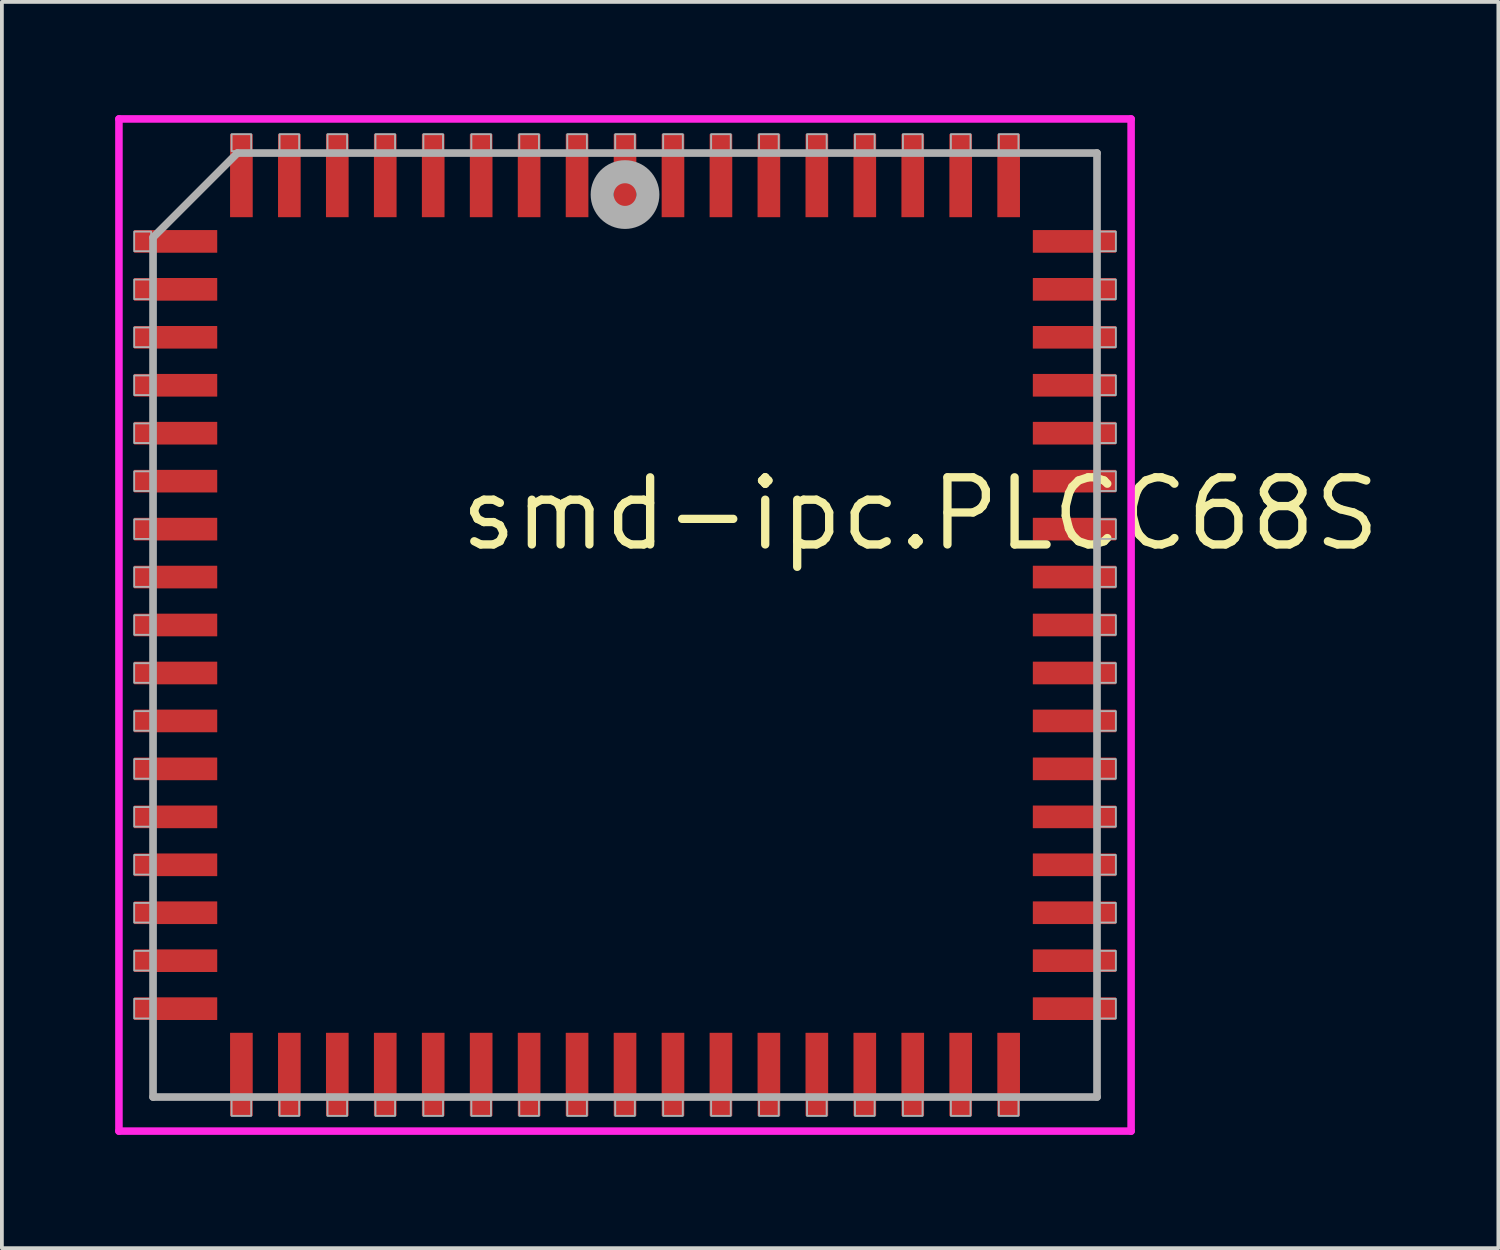
<source format=kicad_pcb>
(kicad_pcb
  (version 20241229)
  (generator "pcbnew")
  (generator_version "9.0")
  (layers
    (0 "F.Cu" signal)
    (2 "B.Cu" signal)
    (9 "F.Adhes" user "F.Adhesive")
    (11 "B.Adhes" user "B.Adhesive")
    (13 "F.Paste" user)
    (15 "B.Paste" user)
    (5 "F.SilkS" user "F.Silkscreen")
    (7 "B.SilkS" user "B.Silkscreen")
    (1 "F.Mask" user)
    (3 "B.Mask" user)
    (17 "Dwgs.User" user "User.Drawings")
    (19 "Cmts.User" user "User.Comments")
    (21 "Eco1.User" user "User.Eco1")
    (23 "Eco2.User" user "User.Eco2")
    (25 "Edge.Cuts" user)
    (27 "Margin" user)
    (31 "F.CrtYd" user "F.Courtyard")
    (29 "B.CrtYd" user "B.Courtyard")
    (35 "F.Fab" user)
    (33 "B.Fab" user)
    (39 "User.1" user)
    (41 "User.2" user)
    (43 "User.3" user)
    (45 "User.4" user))
  (footprint "smd-ipc.PLCC68S"
    (layer "F.Cu")
    (at 13.503 13.503)
    (property "Reference" "smd-ipc.PLCC68S" (at -4.475 -1.905 0) (layer "F.SilkS") (effects (font (size 1.778 1.778) (thickness 0.22)) (justify left bottom)))
    (attr smd)
    (fp_line (start -13.403 -13.403) (end 13.403 -13.403) (stroke (width 0.2) (type default)) (layer "F.CrtYd"))
    (fp_line (start -13.403 13.403) (end -13.403 -13.403) (stroke (width 0.2) (type default)) (layer "F.CrtYd"))
    (fp_line (start 13.403 -13.403) (end 13.403 13.403) (stroke (width 0.2) (type default)) (layer "F.CrtYd"))
    (fp_line (start 13.403 13.403) (end -13.403 13.403) (stroke (width 0.2) (type default)) (layer "F.CrtYd"))
    (fp_line (start -12.5 -10.265) (end -12.5 12.5) (stroke (width 0.203) (type default)) (layer "F.Fab"))
    (fp_line (start -12.5 12.5) (end 12.5 12.5) (stroke (width 0.203) (type default)) (layer "F.Fab"))
    (fp_line (start -10.265 -12.5) (end -12.5 -10.265) (stroke (width 0.203) (type default)) (layer "F.Fab"))
    (fp_line (start 12.5 -12.5) (end -10.265 -12.5) (stroke (width 0.203) (type default)) (layer "F.Fab"))
    (fp_line (start 12.5 12.5) (end 12.5 -12.5) (stroke (width 0.203) (type default)) (layer "F.Fab"))
    (fp_rect (start -13 -9.9) (end -12.55 -10.42) (stroke (width 0.05) (type default)) (fill no) (layer "F.Fab"))
    (fp_rect (start -13 -8.63) (end -12.55 -9.15) (stroke (width 0.05) (type default)) (fill no) (layer "F.Fab"))
    (fp_rect (start -13 -7.36) (end -12.55 -7.88) (stroke (width 0.05) (type default)) (fill no) (layer "F.Fab"))
    (fp_rect (start -13 -6.09) (end -12.55 -6.61) (stroke (width 0.05) (type default)) (fill no) (layer "F.Fab"))
    (fp_rect (start -13 -4.82) (end -12.55 -5.34) (stroke (width 0.05) (type default)) (fill no) (layer "F.Fab"))
    (fp_rect (start -13 -3.55) (end -12.55 -4.07) (stroke (width 0.05) (type default)) (fill no) (layer "F.Fab"))
    (fp_rect (start -13 -2.28) (end -12.55 -2.8) (stroke (width 0.05) (type default)) (fill no) (layer "F.Fab"))
    (fp_rect (start -13 -1.01) (end -12.55 -1.53) (stroke (width 0.05) (type default)) (fill no) (layer "F.Fab"))
    (fp_rect (start -13 0.26) (end -12.55 -0.26) (stroke (width 0.05) (type default)) (fill no) (layer "F.Fab"))
    (fp_rect (start -13 1.53) (end -12.55 1.01) (stroke (width 0.05) (type default)) (fill no) (layer "F.Fab"))
    (fp_rect (start -13 2.8) (end -12.55 2.28) (stroke (width 0.05) (type default)) (fill no) (layer "F.Fab"))
    (fp_rect (start -13 4.07) (end -12.55 3.55) (stroke (width 0.05) (type default)) (fill no) (layer "F.Fab"))
    (fp_rect (start -13 5.34) (end -12.55 4.82) (stroke (width 0.05) (type default)) (fill no) (layer "F.Fab"))
    (fp_rect (start -13 6.61) (end -12.55 6.09) (stroke (width 0.05) (type default)) (fill no) (layer "F.Fab"))
    (fp_rect (start -13 7.88) (end -12.55 7.36) (stroke (width 0.05) (type default)) (fill no) (layer "F.Fab"))
    (fp_rect (start -13 9.15) (end -12.55 8.63) (stroke (width 0.05) (type default)) (fill no) (layer "F.Fab"))
    (fp_rect (start -13 10.42) (end -12.55 9.9) (stroke (width 0.05) (type default)) (fill no) (layer "F.Fab"))
    (fp_rect (start -10.42 -12.55) (end -9.9 -13) (stroke (width 0.05) (type default)) (fill no) (layer "F.Fab"))
    (fp_rect (start -10.42 13) (end -9.9 12.55) (stroke (width 0.05) (type default)) (fill no) (layer "F.Fab"))
    (fp_rect (start -9.15 -12.55) (end -8.63 -13) (stroke (width 0.05) (type default)) (fill no) (layer "F.Fab"))
    (fp_rect (start -9.15 13) (end -8.63 12.55) (stroke (width 0.05) (type default)) (fill no) (layer "F.Fab"))
    (fp_rect (start -7.88 -12.55) (end -7.36 -13) (stroke (width 0.05) (type default)) (fill no) (layer "F.Fab"))
    (fp_rect (start -7.88 13) (end -7.36 12.55) (stroke (width 0.05) (type default)) (fill no) (layer "F.Fab"))
    (fp_rect (start -6.61 -12.55) (end -6.09 -13) (stroke (width 0.05) (type default)) (fill no) (layer "F.Fab"))
    (fp_rect (start -6.61 13) (end -6.09 12.55) (stroke (width 0.05) (type default)) (fill no) (layer "F.Fab"))
    (fp_rect (start -5.34 -12.55) (end -4.82 -13) (stroke (width 0.05) (type default)) (fill no) (layer "F.Fab"))
    (fp_rect (start -5.34 13) (end -4.82 12.55) (stroke (width 0.05) (type default)) (fill no) (layer "F.Fab"))
    (fp_rect (start -4.07 -12.55) (end -3.55 -13) (stroke (width 0.05) (type default)) (fill no) (layer "F.Fab"))
    (fp_rect (start -4.07 13) (end -3.55 12.55) (stroke (width 0.05) (type default)) (fill no) (layer "F.Fab"))
    (fp_rect (start -2.8 -12.55) (end -2.28 -13) (stroke (width 0.05) (type default)) (fill no) (layer "F.Fab"))
    (fp_rect (start -2.8 13) (end -2.28 12.55) (stroke (width 0.05) (type default)) (fill no) (layer "F.Fab"))
    (fp_rect (start -1.53 -12.55) (end -1.01 -13) (stroke (width 0.05) (type default)) (fill no) (layer "F.Fab"))
    (fp_rect (start -1.53 13) (end -1.01 12.55) (stroke (width 0.05) (type default)) (fill no) (layer "F.Fab"))
    (fp_rect (start -0.26 -12.55) (end 0.26 -13) (stroke (width 0.05) (type default)) (fill no) (layer "F.Fab"))
    (fp_rect (start -0.26 13) (end 0.26 12.55) (stroke (width 0.05) (type default)) (fill no) (layer "F.Fab"))
    (fp_rect (start 1.01 -12.55) (end 1.53 -13) (stroke (width 0.05) (type default)) (fill no) (layer "F.Fab"))
    (fp_rect (start 1.01 13) (end 1.53 12.55) (stroke (width 0.05) (type default)) (fill no) (layer "F.Fab"))
    (fp_rect (start 2.28 -12.55) (end 2.8 -13) (stroke (width 0.05) (type default)) (fill no) (layer "F.Fab"))
    (fp_rect (start 2.28 13) (end 2.8 12.55) (stroke (width 0.05) (type default)) (fill no) (layer "F.Fab"))
    (fp_rect (start 3.55 -12.55) (end 4.07 -13) (stroke (width 0.05) (type default)) (fill no) (layer "F.Fab"))
    (fp_rect (start 3.55 13) (end 4.07 12.55) (stroke (width 0.05) (type default)) (fill no) (layer "F.Fab"))
    (fp_rect (start 4.82 -12.55) (end 5.34 -13) (stroke (width 0.05) (type default)) (fill no) (layer "F.Fab"))
    (fp_rect (start 4.82 13) (end 5.34 12.55) (stroke (width 0.05) (type default)) (fill no) (layer "F.Fab"))
    (fp_rect (start 6.09 -12.55) (end 6.61 -13) (stroke (width 0.05) (type default)) (fill no) (layer "F.Fab"))
    (fp_rect (start 6.09 13) (end 6.61 12.55) (stroke (width 0.05) (type default)) (fill no) (layer "F.Fab"))
    (fp_rect (start 7.36 -12.55) (end 7.88 -13) (stroke (width 0.05) (type default)) (fill no) (layer "F.Fab"))
    (fp_rect (start 7.36 13) (end 7.88 12.55) (stroke (width 0.05) (type default)) (fill no) (layer "F.Fab"))
    (fp_rect (start 8.63 -12.55) (end 9.15 -13) (stroke (width 0.05) (type default)) (fill no) (layer "F.Fab"))
    (fp_rect (start 8.63 13) (end 9.15 12.55) (stroke (width 0.05) (type default)) (fill no) (layer "F.Fab"))
    (fp_rect (start 9.9 -12.55) (end 10.42 -13) (stroke (width 0.05) (type default)) (fill no) (layer "F.Fab"))
    (fp_rect (start 9.9 13) (end 10.42 12.55) (stroke (width 0.05) (type default)) (fill no) (layer "F.Fab"))
    (fp_rect (start 12.55 -9.9) (end 13 -10.42) (stroke (width 0.05) (type default)) (fill no) (layer "F.Fab"))
    (fp_rect (start 12.55 -8.63) (end 13 -9.15) (stroke (width 0.05) (type default)) (fill no) (layer "F.Fab"))
    (fp_rect (start 12.55 -7.36) (end 13 -7.88) (stroke (width 0.05) (type default)) (fill no) (layer "F.Fab"))
    (fp_rect (start 12.55 -6.09) (end 13 -6.61) (stroke (width 0.05) (type default)) (fill no) (layer "F.Fab"))
    (fp_rect (start 12.55 -4.82) (end 13 -5.34) (stroke (width 0.05) (type default)) (fill no) (layer "F.Fab"))
    (fp_rect (start 12.55 -3.55) (end 13 -4.07) (stroke (width 0.05) (type default)) (fill no) (layer "F.Fab"))
    (fp_rect (start 12.55 -2.28) (end 13 -2.8) (stroke (width 0.05) (type default)) (fill no) (layer "F.Fab"))
    (fp_rect (start 12.55 -1.01) (end 13 -1.53) (stroke (width 0.05) (type default)) (fill no) (layer "F.Fab"))
    (fp_rect (start 12.55 0.26) (end 13 -0.26) (stroke (width 0.05) (type default)) (fill no) (layer "F.Fab"))
    (fp_rect (start 12.55 1.53) (end 13 1.01) (stroke (width 0.05) (type default)) (fill no) (layer "F.Fab"))
    (fp_rect (start 12.55 2.8) (end 13 2.28) (stroke (width 0.05) (type default)) (fill no) (layer "F.Fab"))
    (fp_rect (start 12.55 4.07) (end 13 3.55) (stroke (width 0.05) (type default)) (fill no) (layer "F.Fab"))
    (fp_rect (start 12.55 5.34) (end 13 4.82) (stroke (width 0.05) (type default)) (fill no) (layer "F.Fab"))
    (fp_rect (start 12.55 6.61) (end 13 6.09) (stroke (width 0.05) (type default)) (fill no) (layer "F.Fab"))
    (fp_rect (start 12.55 7.88) (end 13 7.36) (stroke (width 0.05) (type default)) (fill no) (layer "F.Fab"))
    (fp_rect (start 12.55 9.15) (end 13 8.63) (stroke (width 0.05) (type default)) (fill no) (layer "F.Fab"))
    (fp_rect (start 12.55 10.42) (end 13 9.9) (stroke (width 0.05) (type default)) (fill no) (layer "F.Fab"))
    (fp_circle (center 0 -11.4) (end 0.3 -11.4) (stroke (width 0.61) (type default)) (fill no) (layer "F.Fab"))
    (pad "1" smd roundrect (at 0 -11.9) (size 0.6 2.2) (layers "F.Cu" "F.Mask" "F.Paste") (roundrect_rratio 0.01))
    (pad "2" smd roundrect (at -1.27 -11.9) (size 0.6 2.2) (layers "F.Cu" "F.Mask" "F.Paste") (roundrect_rratio 0.01))
    (pad "3" smd roundrect (at -2.54 -11.9) (size 0.6 2.2) (layers "F.Cu" "F.Mask" "F.Paste") (roundrect_rratio 0.01))
    (pad "4" smd roundrect (at -3.81 -11.9) (size 0.6 2.2) (layers "F.Cu" "F.Mask" "F.Paste") (roundrect_rratio 0.01))
    (pad "5" smd roundrect (at -5.08 -11.9) (size 0.6 2.2) (layers "F.Cu" "F.Mask" "F.Paste") (roundrect_rratio 0.01))
    (pad "6" smd roundrect (at -6.35 -11.9) (size 0.6 2.2) (layers "F.Cu" "F.Mask" "F.Paste") (roundrect_rratio 0.01))
    (pad "7" smd roundrect (at -7.62 -11.9) (size 0.6 2.2) (layers "F.Cu" "F.Mask" "F.Paste") (roundrect_rratio 0.01))
    (pad "8" smd roundrect (at -8.89 -11.9) (size 0.6 2.2) (layers "F.Cu" "F.Mask" "F.Paste") (roundrect_rratio 0.01))
    (pad "9" smd roundrect (at -10.16 -11.9) (size 0.6 2.2) (layers "F.Cu" "F.Mask" "F.Paste") (roundrect_rratio 0.01))
    (pad "10" smd roundrect (at -11.9 -10.16) (size 2.2 0.6) (layers "F.Cu" "F.Mask" "F.Paste") (roundrect_rratio 0.01))
    (pad "11" smd roundrect (at -11.9 -8.89) (size 2.2 0.6) (layers "F.Cu" "F.Mask" "F.Paste") (roundrect_rratio 0.01))
    (pad "12" smd roundrect (at -11.9 -7.62) (size 2.2 0.6) (layers "F.Cu" "F.Mask" "F.Paste") (roundrect_rratio 0.01))
    (pad "13" smd roundrect (at -11.9 -6.35) (size 2.2 0.6) (layers "F.Cu" "F.Mask" "F.Paste") (roundrect_rratio 0.01))
    (pad "14" smd roundrect (at -11.9 -5.08) (size 2.2 0.6) (layers "F.Cu" "F.Mask" "F.Paste") (roundrect_rratio 0.01))
    (pad "15" smd roundrect (at -11.9 -3.81) (size 2.2 0.6) (layers "F.Cu" "F.Mask" "F.Paste") (roundrect_rratio 0.01))
    (pad "16" smd roundrect (at -11.9 -2.54) (size 2.2 0.6) (layers "F.Cu" "F.Mask" "F.Paste") (roundrect_rratio 0.01))
    (pad "17" smd roundrect (at -11.9 -1.27) (size 2.2 0.6) (layers "F.Cu" "F.Mask" "F.Paste") (roundrect_rratio 0.01))
    (pad "18" smd roundrect (at -11.9 0) (size 2.2 0.6) (layers "F.Cu" "F.Mask" "F.Paste") (roundrect_rratio 0.01))
    (pad "19" smd roundrect (at -11.9 1.27) (size 2.2 0.6) (layers "F.Cu" "F.Mask" "F.Paste") (roundrect_rratio 0.01))
    (pad "20" smd roundrect (at -11.9 2.54) (size 2.2 0.6) (layers "F.Cu" "F.Mask" "F.Paste") (roundrect_rratio 0.01))
    (pad "21" smd roundrect (at -11.9 3.81) (size 2.2 0.6) (layers "F.Cu" "F.Mask" "F.Paste") (roundrect_rratio 0.01))
    (pad "22" smd roundrect (at -11.9 5.08) (size 2.2 0.6) (layers "F.Cu" "F.Mask" "F.Paste") (roundrect_rratio 0.01))
    (pad "23" smd roundrect (at -11.9 6.35) (size 2.2 0.6) (layers "F.Cu" "F.Mask" "F.Paste") (roundrect_rratio 0.01))
    (pad "24" smd roundrect (at -11.9 7.62) (size 2.2 0.6) (layers "F.Cu" "F.Mask" "F.Paste") (roundrect_rratio 0.01))
    (pad "25" smd roundrect (at -11.9 8.89) (size 2.2 0.6) (layers "F.Cu" "F.Mask" "F.Paste") (roundrect_rratio 0.01))
    (pad "26" smd roundrect (at -11.9 10.16) (size 2.2 0.6) (layers "F.Cu" "F.Mask" "F.Paste") (roundrect_rratio 0.01))
    (pad "27" smd roundrect (at -10.16 11.9) (size 0.6 2.2) (layers "F.Cu" "F.Mask" "F.Paste") (roundrect_rratio 0.01))
    (pad "28" smd roundrect (at -8.89 11.9) (size 0.6 2.2) (layers "F.Cu" "F.Mask" "F.Paste") (roundrect_rratio 0.01))
    (pad "29" smd roundrect (at -7.62 11.9) (size 0.6 2.2) (layers "F.Cu" "F.Mask" "F.Paste") (roundrect_rratio 0.01))
    (pad "30" smd roundrect (at -6.35 11.9) (size 0.6 2.2) (layers "F.Cu" "F.Mask" "F.Paste") (roundrect_rratio 0.01))
    (pad "31" smd roundrect (at -5.08 11.9) (size 0.6 2.2) (layers "F.Cu" "F.Mask" "F.Paste") (roundrect_rratio 0.01))
    (pad "32" smd roundrect (at -3.81 11.9) (size 0.6 2.2) (layers "F.Cu" "F.Mask" "F.Paste") (roundrect_rratio 0.01))
    (pad "33" smd roundrect (at -2.54 11.9) (size 0.6 2.2) (layers "F.Cu" "F.Mask" "F.Paste") (roundrect_rratio 0.01))
    (pad "34" smd roundrect (at -1.27 11.9) (size 0.6 2.2) (layers "F.Cu" "F.Mask" "F.Paste") (roundrect_rratio 0.01))
    (pad "35" smd roundrect (at 0 11.9) (size 0.6 2.2) (layers "F.Cu" "F.Mask" "F.Paste") (roundrect_rratio 0.01))
    (pad "36" smd roundrect (at 1.27 11.9) (size 0.6 2.2) (layers "F.Cu" "F.Mask" "F.Paste") (roundrect_rratio 0.01))
    (pad "37" smd roundrect (at 2.54 11.9) (size 0.6 2.2) (layers "F.Cu" "F.Mask" "F.Paste") (roundrect_rratio 0.01))
    (pad "38" smd roundrect (at 3.81 11.9) (size 0.6 2.2) (layers "F.Cu" "F.Mask" "F.Paste") (roundrect_rratio 0.01))
    (pad "39" smd roundrect (at 5.08 11.9) (size 0.6 2.2) (layers "F.Cu" "F.Mask" "F.Paste") (roundrect_rratio 0.01))
    (pad "40" smd roundrect (at 6.35 11.9) (size 0.6 2.2) (layers "F.Cu" "F.Mask" "F.Paste") (roundrect_rratio 0.01))
    (pad "41" smd roundrect (at 7.62 11.9) (size 0.6 2.2) (layers "F.Cu" "F.Mask" "F.Paste") (roundrect_rratio 0.01))
    (pad "42" smd roundrect (at 8.89 11.9) (size 0.6 2.2) (layers "F.Cu" "F.Mask" "F.Paste") (roundrect_rratio 0.01))
    (pad "43" smd roundrect (at 10.16 11.9) (size 0.6 2.2) (layers "F.Cu" "F.Mask" "F.Paste") (roundrect_rratio 0.01))
    (pad "44" smd roundrect (at 11.9 10.16) (size 2.2 0.6) (layers "F.Cu" "F.Mask" "F.Paste") (roundrect_rratio 0.01))
    (pad "45" smd roundrect (at 11.9 8.89) (size 2.2 0.6) (layers "F.Cu" "F.Mask" "F.Paste") (roundrect_rratio 0.01))
    (pad "46" smd roundrect (at 11.9 7.62) (size 2.2 0.6) (layers "F.Cu" "F.Mask" "F.Paste") (roundrect_rratio 0.01))
    (pad "47" smd roundrect (at 11.9 6.35) (size 2.2 0.6) (layers "F.Cu" "F.Mask" "F.Paste") (roundrect_rratio 0.01))
    (pad "48" smd roundrect (at 11.9 5.08) (size 2.2 0.6) (layers "F.Cu" "F.Mask" "F.Paste") (roundrect_rratio 0.01))
    (pad "49" smd roundrect (at 11.9 3.81) (size 2.2 0.6) (layers "F.Cu" "F.Mask" "F.Paste") (roundrect_rratio 0.01))
    (pad "50" smd roundrect (at 11.9 2.54) (size 2.2 0.6) (layers "F.Cu" "F.Mask" "F.Paste") (roundrect_rratio 0.01))
    (pad "51" smd roundrect (at 11.9 1.27) (size 2.2 0.6) (layers "F.Cu" "F.Mask" "F.Paste") (roundrect_rratio 0.01))
    (pad "52" smd roundrect (at 11.9 0) (size 2.2 0.6) (layers "F.Cu" "F.Mask" "F.Paste") (roundrect_rratio 0.01))
    (pad "53" smd roundrect (at 11.9 -1.27) (size 2.2 0.6) (layers "F.Cu" "F.Mask" "F.Paste") (roundrect_rratio 0.01))
    (pad "54" smd roundrect (at 11.9 -2.54) (size 2.2 0.6) (layers "F.Cu" "F.Mask" "F.Paste") (roundrect_rratio 0.01))
    (pad "55" smd roundrect (at 11.9 -3.81) (size 2.2 0.6) (layers "F.Cu" "F.Mask" "F.Paste") (roundrect_rratio 0.01))
    (pad "56" smd roundrect (at 11.9 -5.08) (size 2.2 0.6) (layers "F.Cu" "F.Mask" "F.Paste") (roundrect_rratio 0.01))
    (pad "57" smd roundrect (at 11.9 -6.35) (size 2.2 0.6) (layers "F.Cu" "F.Mask" "F.Paste") (roundrect_rratio 0.01))
    (pad "58" smd roundrect (at 11.9 -7.62) (size 2.2 0.6) (layers "F.Cu" "F.Mask" "F.Paste") (roundrect_rratio 0.01))
    (pad "59" smd roundrect (at 11.9 -8.89) (size 2.2 0.6) (layers "F.Cu" "F.Mask" "F.Paste") (roundrect_rratio 0.01))
    (pad "60" smd roundrect (at 11.9 -10.16) (size 2.2 0.6) (layers "F.Cu" "F.Mask" "F.Paste") (roundrect_rratio 0.01))
    (pad "61" smd roundrect (at 10.16 -11.9) (size 0.6 2.2) (layers "F.Cu" "F.Mask" "F.Paste") (roundrect_rratio 0.01))
    (pad "62" smd roundrect (at 8.89 -11.9) (size 0.6 2.2) (layers "F.Cu" "F.Mask" "F.Paste") (roundrect_rratio 0.01))
    (pad "63" smd roundrect (at 7.62 -11.9) (size 0.6 2.2) (layers "F.Cu" "F.Mask" "F.Paste") (roundrect_rratio 0.01))
    (pad "64" smd roundrect (at 6.35 -11.9) (size 0.6 2.2) (layers "F.Cu" "F.Mask" "F.Paste") (roundrect_rratio 0.01))
    (pad "65" smd roundrect (at 5.08 -11.9) (size 0.6 2.2) (layers "F.Cu" "F.Mask" "F.Paste") (roundrect_rratio 0.01))
    (pad "66" smd roundrect (at 3.81 -11.9) (size 0.6 2.2) (layers "F.Cu" "F.Mask" "F.Paste") (roundrect_rratio 0.01))
    (pad "67" smd roundrect (at 2.54 -11.9) (size 0.6 2.2) (layers "F.Cu" "F.Mask" "F.Paste") (roundrect_rratio 0.01))
    (pad "68" smd roundrect (at 1.27 -11.9) (size 0.6 2.2) (layers "F.Cu" "F.Mask" "F.Paste") (roundrect_rratio 0.01)))
  (gr_rect
    (start -3 -3)
    (end 36.632 30.006)
    (stroke (width 0.1) (type default))
    (fill no)
    (layer "Edge.Cuts")))
</source>
